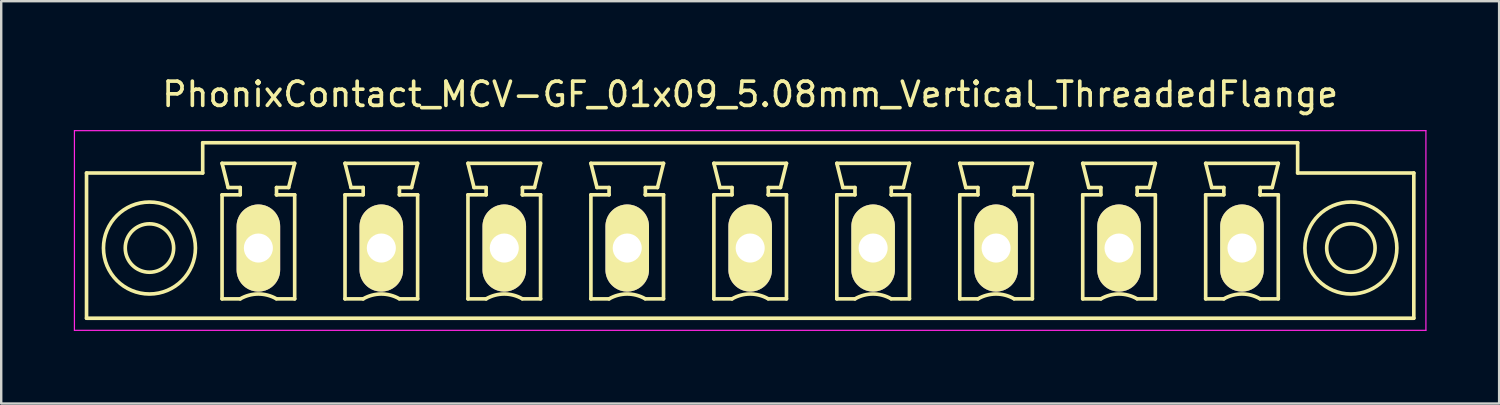
<source format=kicad_pcb>
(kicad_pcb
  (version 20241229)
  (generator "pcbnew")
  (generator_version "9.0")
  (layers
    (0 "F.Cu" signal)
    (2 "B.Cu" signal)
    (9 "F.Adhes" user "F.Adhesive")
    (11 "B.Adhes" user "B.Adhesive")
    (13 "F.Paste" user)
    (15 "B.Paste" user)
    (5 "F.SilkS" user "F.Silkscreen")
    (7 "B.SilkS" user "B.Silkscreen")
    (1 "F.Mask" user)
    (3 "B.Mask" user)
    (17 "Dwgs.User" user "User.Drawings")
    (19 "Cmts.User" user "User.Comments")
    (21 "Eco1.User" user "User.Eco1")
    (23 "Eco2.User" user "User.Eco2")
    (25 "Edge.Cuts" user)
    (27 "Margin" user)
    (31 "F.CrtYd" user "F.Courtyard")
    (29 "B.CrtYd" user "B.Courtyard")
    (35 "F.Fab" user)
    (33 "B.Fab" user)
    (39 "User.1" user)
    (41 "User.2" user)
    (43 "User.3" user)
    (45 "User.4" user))
  (footprint "PhonixContact_MCV-GF_01x09_5.08mm_Vertical_ThreadedFlange"
    (layer "F.Cu")
    (at 7.625 7.198)
    (property "Reference" "PhonixContact_MCV-GF_01x09_5.08mm_Vertical_ThreadedFlange" (at 20.32 -6.35 0) (layer "F.SilkS") (effects (font (size 1 1) (thickness 0.15))))
    (attr through_hole)
    (fp_line (start -7.1 -3.1) (end -7.1 2.9) (stroke (width 0.15) (type solid)) (layer "F.SilkS"))
    (fp_line (start -7.1 2.9) (end 47.74 2.9) (stroke (width 0.15) (type solid)) (layer "F.SilkS"))
    (fp_line (start -2.3 -4.35) (end -2.3 -3.1) (stroke (width 0.15) (type solid)) (layer "F.SilkS"))
    (fp_line (start -2.3 -3.1) (end -7.1 -3.1) (stroke (width 0.15) (type solid)) (layer "F.SilkS"))
    (fp_line (start -1.5 -3.5) (end 1.5 -3.5) (stroke (width 0.15) (type solid)) (layer "F.SilkS"))
    (fp_line (start -1.5 -2.2) (end -0.75 -2.2) (stroke (width 0.15) (type solid)) (layer "F.SilkS"))
    (fp_line (start -1.5 2.1) (end -1.5 -2.2) (stroke (width 0.15) (type solid)) (layer "F.SilkS"))
    (fp_line (start -1.25 -2.5) (end -1.5 -3.5) (stroke (width 0.15) (type solid)) (layer "F.SilkS"))
    (fp_line (start -0.75 -2.5) (end -1.25 -2.5) (stroke (width 0.15) (type solid)) (layer "F.SilkS"))
    (fp_line (start -0.75 -2.2) (end -0.75 -2.5) (stroke (width 0.15) (type solid)) (layer "F.SilkS"))
    (fp_line (start -0.75 2.1) (end -1.5 2.1) (stroke (width 0.15) (type solid)) (layer "F.SilkS"))
    (fp_line (start 0.75 -2.5) (end 0.75 -2.2) (stroke (width 0.15) (type solid)) (layer "F.SilkS"))
    (fp_line (start 0.75 -2.2) (end 0.75 -2.2) (stroke (width 0.15) (type solid)) (layer "F.SilkS"))
    (fp_line (start 0.75 -2.2) (end 1.5 -2.2) (stroke (width 0.15) (type solid)) (layer "F.SilkS"))
    (fp_line (start 1.25 -2.5) (end 0.75 -2.5) (stroke (width 0.15) (type solid)) (layer "F.SilkS"))
    (fp_line (start 1.5 -3.5) (end 1.25 -2.5) (stroke (width 0.15) (type solid)) (layer "F.SilkS"))
    (fp_line (start 1.5 -2.2) (end 1.5 2.1) (stroke (width 0.15) (type solid)) (layer "F.SilkS"))
    (fp_line (start 1.5 2.1) (end 0.75 2.1) (stroke (width 0.15) (type solid)) (layer "F.SilkS"))
    (fp_line (start 3.58 -3.5) (end 6.58 -3.5) (stroke (width 0.15) (type solid)) (layer "F.SilkS"))
    (fp_line (start 3.58 -2.2) (end 4.33 -2.2) (stroke (width 0.15) (type solid)) (layer "F.SilkS"))
    (fp_line (start 3.58 2.1) (end 3.58 -2.2) (stroke (width 0.15) (type solid)) (layer "F.SilkS"))
    (fp_line (start 3.83 -2.5) (end 3.58 -3.5) (stroke (width 0.15) (type solid)) (layer "F.SilkS"))
    (fp_line (start 4.33 -2.5) (end 3.83 -2.5) (stroke (width 0.15) (type solid)) (layer "F.SilkS"))
    (fp_line (start 4.33 -2.2) (end 4.33 -2.5) (stroke (width 0.15) (type solid)) (layer "F.SilkS"))
    (fp_line (start 4.33 2.1) (end 3.58 2.1) (stroke (width 0.15) (type solid)) (layer "F.SilkS"))
    (fp_line (start 5.83 -2.5) (end 5.83 -2.2) (stroke (width 0.15) (type solid)) (layer "F.SilkS"))
    (fp_line (start 5.83 -2.2) (end 5.83 -2.2) (stroke (width 0.15) (type solid)) (layer "F.SilkS"))
    (fp_line (start 5.83 -2.2) (end 6.58 -2.2) (stroke (width 0.15) (type solid)) (layer "F.SilkS"))
    (fp_line (start 6.33 -2.5) (end 5.83 -2.5) (stroke (width 0.15) (type solid)) (layer "F.SilkS"))
    (fp_line (start 6.58 -3.5) (end 6.33 -2.5) (stroke (width 0.15) (type solid)) (layer "F.SilkS"))
    (fp_line (start 6.58 -2.2) (end 6.58 2.1) (stroke (width 0.15) (type solid)) (layer "F.SilkS"))
    (fp_line (start 6.58 2.1) (end 5.83 2.1) (stroke (width 0.15) (type solid)) (layer "F.SilkS"))
    (fp_line (start 8.66 -3.5) (end 11.66 -3.5) (stroke (width 0.15) (type solid)) (layer "F.SilkS"))
    (fp_line (start 8.66 -2.2) (end 9.41 -2.2) (stroke (width 0.15) (type solid)) (layer "F.SilkS"))
    (fp_line (start 8.66 2.1) (end 8.66 -2.2) (stroke (width 0.15) (type solid)) (layer "F.SilkS"))
    (fp_line (start 8.91 -2.5) (end 8.66 -3.5) (stroke (width 0.15) (type solid)) (layer "F.SilkS"))
    (fp_line (start 9.41 -2.5) (end 8.91 -2.5) (stroke (width 0.15) (type solid)) (layer "F.SilkS"))
    (fp_line (start 9.41 -2.2) (end 9.41 -2.5) (stroke (width 0.15) (type solid)) (layer "F.SilkS"))
    (fp_line (start 9.41 2.1) (end 8.66 2.1) (stroke (width 0.15) (type solid)) (layer "F.SilkS"))
    (fp_line (start 10.91 -2.5) (end 10.91 -2.2) (stroke (width 0.15) (type solid)) (layer "F.SilkS"))
    (fp_line (start 10.91 -2.2) (end 10.91 -2.2) (stroke (width 0.15) (type solid)) (layer "F.SilkS"))
    (fp_line (start 10.91 -2.2) (end 11.66 -2.2) (stroke (width 0.15) (type solid)) (layer "F.SilkS"))
    (fp_line (start 11.41 -2.5) (end 10.91 -2.5) (stroke (width 0.15) (type solid)) (layer "F.SilkS"))
    (fp_line (start 11.66 -3.5) (end 11.41 -2.5) (stroke (width 0.15) (type solid)) (layer "F.SilkS"))
    (fp_line (start 11.66 -2.2) (end 11.66 2.1) (stroke (width 0.15) (type solid)) (layer "F.SilkS"))
    (fp_line (start 11.66 2.1) (end 10.91 2.1) (stroke (width 0.15) (type solid)) (layer "F.SilkS"))
    (fp_line (start 13.74 -3.5) (end 16.74 -3.5) (stroke (width 0.15) (type solid)) (layer "F.SilkS"))
    (fp_line (start 13.74 -2.2) (end 14.49 -2.2) (stroke (width 0.15) (type solid)) (layer "F.SilkS"))
    (fp_line (start 13.74 2.1) (end 13.74 -2.2) (stroke (width 0.15) (type solid)) (layer "F.SilkS"))
    (fp_line (start 13.99 -2.5) (end 13.74 -3.5) (stroke (width 0.15) (type solid)) (layer "F.SilkS"))
    (fp_line (start 14.49 -2.5) (end 13.99 -2.5) (stroke (width 0.15) (type solid)) (layer "F.SilkS"))
    (fp_line (start 14.49 -2.2) (end 14.49 -2.5) (stroke (width 0.15) (type solid)) (layer "F.SilkS"))
    (fp_line (start 14.49 2.1) (end 13.74 2.1) (stroke (width 0.15) (type solid)) (layer "F.SilkS"))
    (fp_line (start 15.99 -2.5) (end 15.99 -2.2) (stroke (width 0.15) (type solid)) (layer "F.SilkS"))
    (fp_line (start 15.99 -2.2) (end 15.99 -2.2) (stroke (width 0.15) (type solid)) (layer "F.SilkS"))
    (fp_line (start 15.99 -2.2) (end 16.74 -2.2) (stroke (width 0.15) (type solid)) (layer "F.SilkS"))
    (fp_line (start 16.49 -2.5) (end 15.99 -2.5) (stroke (width 0.15) (type solid)) (layer "F.SilkS"))
    (fp_line (start 16.74 -3.5) (end 16.49 -2.5) (stroke (width 0.15) (type solid)) (layer "F.SilkS"))
    (fp_line (start 16.74 -2.2) (end 16.74 2.1) (stroke (width 0.15) (type solid)) (layer "F.SilkS"))
    (fp_line (start 16.74 2.1) (end 15.99 2.1) (stroke (width 0.15) (type solid)) (layer "F.SilkS"))
    (fp_line (start 18.82 -3.5) (end 21.82 -3.5) (stroke (width 0.15) (type solid)) (layer "F.SilkS"))
    (fp_line (start 18.82 -2.2) (end 19.57 -2.2) (stroke (width 0.15) (type solid)) (layer "F.SilkS"))
    (fp_line (start 18.82 2.1) (end 18.82 -2.2) (stroke (width 0.15) (type solid)) (layer "F.SilkS"))
    (fp_line (start 19.07 -2.5) (end 18.82 -3.5) (stroke (width 0.15) (type solid)) (layer "F.SilkS"))
    (fp_line (start 19.57 -2.5) (end 19.07 -2.5) (stroke (width 0.15) (type solid)) (layer "F.SilkS"))
    (fp_line (start 19.57 -2.2) (end 19.57 -2.5) (stroke (width 0.15) (type solid)) (layer "F.SilkS"))
    (fp_line (start 19.57 2.1) (end 18.82 2.1) (stroke (width 0.15) (type solid)) (layer "F.SilkS"))
    (fp_line (start 21.07 -2.5) (end 21.07 -2.2) (stroke (width 0.15) (type solid)) (layer "F.SilkS"))
    (fp_line (start 21.07 -2.2) (end 21.07 -2.2) (stroke (width 0.15) (type solid)) (layer "F.SilkS"))
    (fp_line (start 21.07 -2.2) (end 21.82 -2.2) (stroke (width 0.15) (type solid)) (layer "F.SilkS"))
    (fp_line (start 21.57 -2.5) (end 21.07 -2.5) (stroke (width 0.15) (type solid)) (layer "F.SilkS"))
    (fp_line (start 21.82 -3.5) (end 21.57 -2.5) (stroke (width 0.15) (type solid)) (layer "F.SilkS"))
    (fp_line (start 21.82 -2.2) (end 21.82 2.1) (stroke (width 0.15) (type solid)) (layer "F.SilkS"))
    (fp_line (start 21.82 2.1) (end 21.07 2.1) (stroke (width 0.15) (type solid)) (layer "F.SilkS"))
    (fp_line (start 23.9 -3.5) (end 26.9 -3.5) (stroke (width 0.15) (type solid)) (layer "F.SilkS"))
    (fp_line (start 23.9 -2.2) (end 24.65 -2.2) (stroke (width 0.15) (type solid)) (layer "F.SilkS"))
    (fp_line (start 23.9 2.1) (end 23.9 -2.2) (stroke (width 0.15) (type solid)) (layer "F.SilkS"))
    (fp_line (start 24.15 -2.5) (end 23.9 -3.5) (stroke (width 0.15) (type solid)) (layer "F.SilkS"))
    (fp_line (start 24.65 -2.5) (end 24.15 -2.5) (stroke (width 0.15) (type solid)) (layer "F.SilkS"))
    (fp_line (start 24.65 -2.2) (end 24.65 -2.5) (stroke (width 0.15) (type solid)) (layer "F.SilkS"))
    (fp_line (start 24.65 2.1) (end 23.9 2.1) (stroke (width 0.15) (type solid)) (layer "F.SilkS"))
    (fp_line (start 26.15 -2.5) (end 26.15 -2.2) (stroke (width 0.15) (type solid)) (layer "F.SilkS"))
    (fp_line (start 26.15 -2.2) (end 26.15 -2.2) (stroke (width 0.15) (type solid)) (layer "F.SilkS"))
    (fp_line (start 26.15 -2.2) (end 26.9 -2.2) (stroke (width 0.15) (type solid)) (layer "F.SilkS"))
    (fp_line (start 26.65 -2.5) (end 26.15 -2.5) (stroke (width 0.15) (type solid)) (layer "F.SilkS"))
    (fp_line (start 26.9 -3.5) (end 26.65 -2.5) (stroke (width 0.15) (type solid)) (layer "F.SilkS"))
    (fp_line (start 26.9 -2.2) (end 26.9 2.1) (stroke (width 0.15) (type solid)) (layer "F.SilkS"))
    (fp_line (start 26.9 2.1) (end 26.15 2.1) (stroke (width 0.15) (type solid)) (layer "F.SilkS"))
    (fp_line (start 28.98 -3.5) (end 31.98 -3.5) (stroke (width 0.15) (type solid)) (layer "F.SilkS"))
    (fp_line (start 28.98 -2.2) (end 29.73 -2.2) (stroke (width 0.15) (type solid)) (layer "F.SilkS"))
    (fp_line (start 28.98 2.1) (end 28.98 -2.2) (stroke (width 0.15) (type solid)) (layer "F.SilkS"))
    (fp_line (start 29.23 -2.5) (end 28.98 -3.5) (stroke (width 0.15) (type solid)) (layer "F.SilkS"))
    (fp_line (start 29.73 -2.5) (end 29.23 -2.5) (stroke (width 0.15) (type solid)) (layer "F.SilkS"))
    (fp_line (start 29.73 -2.2) (end 29.73 -2.5) (stroke (width 0.15) (type solid)) (layer "F.SilkS"))
    (fp_line (start 29.73 2.1) (end 28.98 2.1) (stroke (width 0.15) (type solid)) (layer "F.SilkS"))
    (fp_line (start 31.23 -2.5) (end 31.23 -2.2) (stroke (width 0.15) (type solid)) (layer "F.SilkS"))
    (fp_line (start 31.23 -2.2) (end 31.23 -2.2) (stroke (width 0.15) (type solid)) (layer "F.SilkS"))
    (fp_line (start 31.23 -2.2) (end 31.98 -2.2) (stroke (width 0.15) (type solid)) (layer "F.SilkS"))
    (fp_line (start 31.73 -2.5) (end 31.23 -2.5) (stroke (width 0.15) (type solid)) (layer "F.SilkS"))
    (fp_line (start 31.98 -3.5) (end 31.73 -2.5) (stroke (width 0.15) (type solid)) (layer "F.SilkS"))
    (fp_line (start 31.98 -2.2) (end 31.98 2.1) (stroke (width 0.15) (type solid)) (layer "F.SilkS"))
    (fp_line (start 31.98 2.1) (end 31.23 2.1) (stroke (width 0.15) (type solid)) (layer "F.SilkS"))
    (fp_line (start 34.06 -3.5) (end 37.06 -3.5) (stroke (width 0.15) (type solid)) (layer "F.SilkS"))
    (fp_line (start 34.06 -2.2) (end 34.81 -2.2) (stroke (width 0.15) (type solid)) (layer "F.SilkS"))
    (fp_line (start 34.06 2.1) (end 34.06 -2.2) (stroke (width 0.15) (type solid)) (layer "F.SilkS"))
    (fp_line (start 34.31 -2.5) (end 34.06 -3.5) (stroke (width 0.15) (type solid)) (layer "F.SilkS"))
    (fp_line (start 34.81 -2.5) (end 34.31 -2.5) (stroke (width 0.15) (type solid)) (layer "F.SilkS"))
    (fp_line (start 34.81 -2.2) (end 34.81 -2.5) (stroke (width 0.15) (type solid)) (layer "F.SilkS"))
    (fp_line (start 34.81 2.1) (end 34.06 2.1) (stroke (width 0.15) (type solid)) (layer "F.SilkS"))
    (fp_line (start 36.31 -2.5) (end 36.31 -2.2) (stroke (width 0.15) (type solid)) (layer "F.SilkS"))
    (fp_line (start 36.31 -2.2) (end 36.31 -2.2) (stroke (width 0.15) (type solid)) (layer "F.SilkS"))
    (fp_line (start 36.31 -2.2) (end 37.06 -2.2) (stroke (width 0.15) (type solid)) (layer "F.SilkS"))
    (fp_line (start 36.81 -2.5) (end 36.31 -2.5) (stroke (width 0.15) (type solid)) (layer "F.SilkS"))
    (fp_line (start 37.06 -3.5) (end 36.81 -2.5) (stroke (width 0.15) (type solid)) (layer "F.SilkS"))
    (fp_line (start 37.06 -2.2) (end 37.06 2.1) (stroke (width 0.15) (type solid)) (layer "F.SilkS"))
    (fp_line (start 37.06 2.1) (end 36.31 2.1) (stroke (width 0.15) (type solid)) (layer "F.SilkS"))
    (fp_line (start 39.14 -3.5) (end 42.14 -3.5) (stroke (width 0.15) (type solid)) (layer "F.SilkS"))
    (fp_line (start 39.14 -2.2) (end 39.89 -2.2) (stroke (width 0.15) (type solid)) (layer "F.SilkS"))
    (fp_line (start 39.14 2.1) (end 39.14 -2.2) (stroke (width 0.15) (type solid)) (layer "F.SilkS"))
    (fp_line (start 39.39 -2.5) (end 39.14 -3.5) (stroke (width 0.15) (type solid)) (layer "F.SilkS"))
    (fp_line (start 39.89 -2.5) (end 39.39 -2.5) (stroke (width 0.15) (type solid)) (layer "F.SilkS"))
    (fp_line (start 39.89 -2.2) (end 39.89 -2.5) (stroke (width 0.15) (type solid)) (layer "F.SilkS"))
    (fp_line (start 39.89 2.1) (end 39.14 2.1) (stroke (width 0.15) (type solid)) (layer "F.SilkS"))
    (fp_line (start 41.39 -2.5) (end 41.39 -2.2) (stroke (width 0.15) (type solid)) (layer "F.SilkS"))
    (fp_line (start 41.39 -2.2) (end 41.39 -2.2) (stroke (width 0.15) (type solid)) (layer "F.SilkS"))
    (fp_line (start 41.39 -2.2) (end 42.14 -2.2) (stroke (width 0.15) (type solid)) (layer "F.SilkS"))
    (fp_line (start 41.89 -2.5) (end 41.39 -2.5) (stroke (width 0.15) (type solid)) (layer "F.SilkS"))
    (fp_line (start 42.14 -3.5) (end 41.89 -2.5) (stroke (width 0.15) (type solid)) (layer "F.SilkS"))
    (fp_line (start 42.14 -2.2) (end 42.14 2.1) (stroke (width 0.15) (type solid)) (layer "F.SilkS"))
    (fp_line (start 42.14 2.1) (end 41.39 2.1) (stroke (width 0.15) (type solid)) (layer "F.SilkS"))
    (fp_line (start 42.94 -4.35) (end -2.3 -4.35) (stroke (width 0.15) (type solid)) (layer "F.SilkS"))
    (fp_line (start 42.94 -3.1) (end 42.94 -4.35) (stroke (width 0.15) (type solid)) (layer "F.SilkS"))
    (fp_line (start 47.74 -3.1) (end 42.94 -3.1) (stroke (width 0.15) (type solid)) (layer "F.SilkS"))
    (fp_line (start 47.74 2.9) (end 47.74 -3.1) (stroke (width 0.15) (type solid)) (layer "F.SilkS"))
    (fp_arc (start -0.75 2.1) (mid -0.006068 1.899179) (end 0.739464 2.093978) (stroke (width 0.15) (type solid)) (layer "F.SilkS"))
    (fp_arc (start 4.33 2.1) (mid 5.073932 1.899179) (end 5.819464 2.093978) (stroke (width 0.15) (type solid)) (layer "F.SilkS"))
    (fp_arc (start 9.41 2.1) (mid 10.153932 1.899179) (end 10.899464 2.093978) (stroke (width 0.15) (type solid)) (layer "F.SilkS"))
    (fp_arc (start 14.49 2.1) (mid 15.233932 1.899179) (end 15.979464 2.093978) (stroke (width 0.15) (type solid)) (layer "F.SilkS"))
    (fp_arc (start 19.57 2.1) (mid 20.313932 1.899179) (end 21.059464 2.093978) (stroke (width 0.15) (type solid)) (layer "F.SilkS"))
    (fp_arc (start 24.65 2.1) (mid 25.393932 1.899179) (end 26.139464 2.093978) (stroke (width 0.15) (type solid)) (layer "F.SilkS"))
    (fp_arc (start 29.73 2.1) (mid 30.473932 1.899179) (end 31.219464 2.093978) (stroke (width 0.15) (type solid)) (layer "F.SilkS"))
    (fp_arc (start 34.81 2.1) (mid 35.553932 1.899179) (end 36.299464 2.093978) (stroke (width 0.15) (type solid)) (layer "F.SilkS"))
    (fp_arc (start 39.89 2.1) (mid 40.633932 1.899179) (end 41.379464 2.093978) (stroke (width 0.15) (type solid)) (layer "F.SilkS"))
    (fp_circle (center -4.5 0) (end -3.5 0) (stroke (width 0.15) (type solid)) (fill no) (layer "F.SilkS"))
    (fp_circle (center -4.5 0) (end -2.6 0) (stroke (width 0.15) (type solid)) (fill no) (layer "F.SilkS"))
    (fp_circle (center 45.14 0) (end 46.14 0) (stroke (width 0.15) (type solid)) (fill no) (layer "F.SilkS"))
    (fp_circle (center 45.14 0) (end 47.04 0) (stroke (width 0.15) (type solid)) (fill no) (layer "F.SilkS"))
    (fp_line (start -7.6 -4.85) (end -7.6 3.4) (stroke (width 0.05) (type solid)) (layer "F.CrtYd"))
    (fp_line (start -7.6 3.4) (end 48.24 3.4) (stroke (width 0.05) (type solid)) (layer "F.CrtYd"))
    (fp_line (start 48.24 -4.85) (end -7.6 -4.85) (stroke (width 0.05) (type solid)) (layer "F.CrtYd"))
    (fp_line (start 48.24 3.4) (end 48.24 -4.85) (stroke (width 0.05) (type solid)) (layer "F.CrtYd"))
    (pad "1" thru_hole oval (at 0 0) (size 1.8 3.6) (drill 1.2) (layers "*.Cu" "*.Mask" "F.SilkS"))
    (pad "2" thru_hole oval (at 5.08 0) (size 1.8 3.6) (drill 1.2) (layers "*.Cu" "*.Mask" "F.SilkS"))
    (pad "3" thru_hole oval (at 10.16 0) (size 1.8 3.6) (drill 1.2) (layers "*.Cu" "*.Mask" "F.SilkS"))
    (pad "4" thru_hole oval (at 15.24 0) (size 1.8 3.6) (drill 1.2) (layers "*.Cu" "*.Mask" "F.SilkS"))
    (pad "5" thru_hole oval (at 20.32 0) (size 1.8 3.6) (drill 1.2) (layers "*.Cu" "*.Mask" "F.SilkS"))
    (pad "6" thru_hole oval (at 25.4 0) (size 1.8 3.6) (drill 1.2) (layers "*.Cu" "*.Mask" "F.SilkS"))
    (pad "7" thru_hole oval (at 30.48 0) (size 1.8 3.6) (drill 1.2) (layers "*.Cu" "*.Mask" "F.SilkS"))
    (pad "8" thru_hole oval (at 35.56 0) (size 1.8 3.6) (drill 1.2) (layers "*.Cu" "*.Mask" "F.SilkS"))
    (pad "9" thru_hole oval (at 40.64 0) (size 1.8 3.6) (drill 1.2) (layers "*.Cu" "*.Mask" "F.SilkS")))
  (gr_rect
    (start -3 -3)
    (end 58.89 13.623)
    (stroke (width 0.1) (type default))
    (fill no)
    (layer "Edge.Cuts")))
</source>
